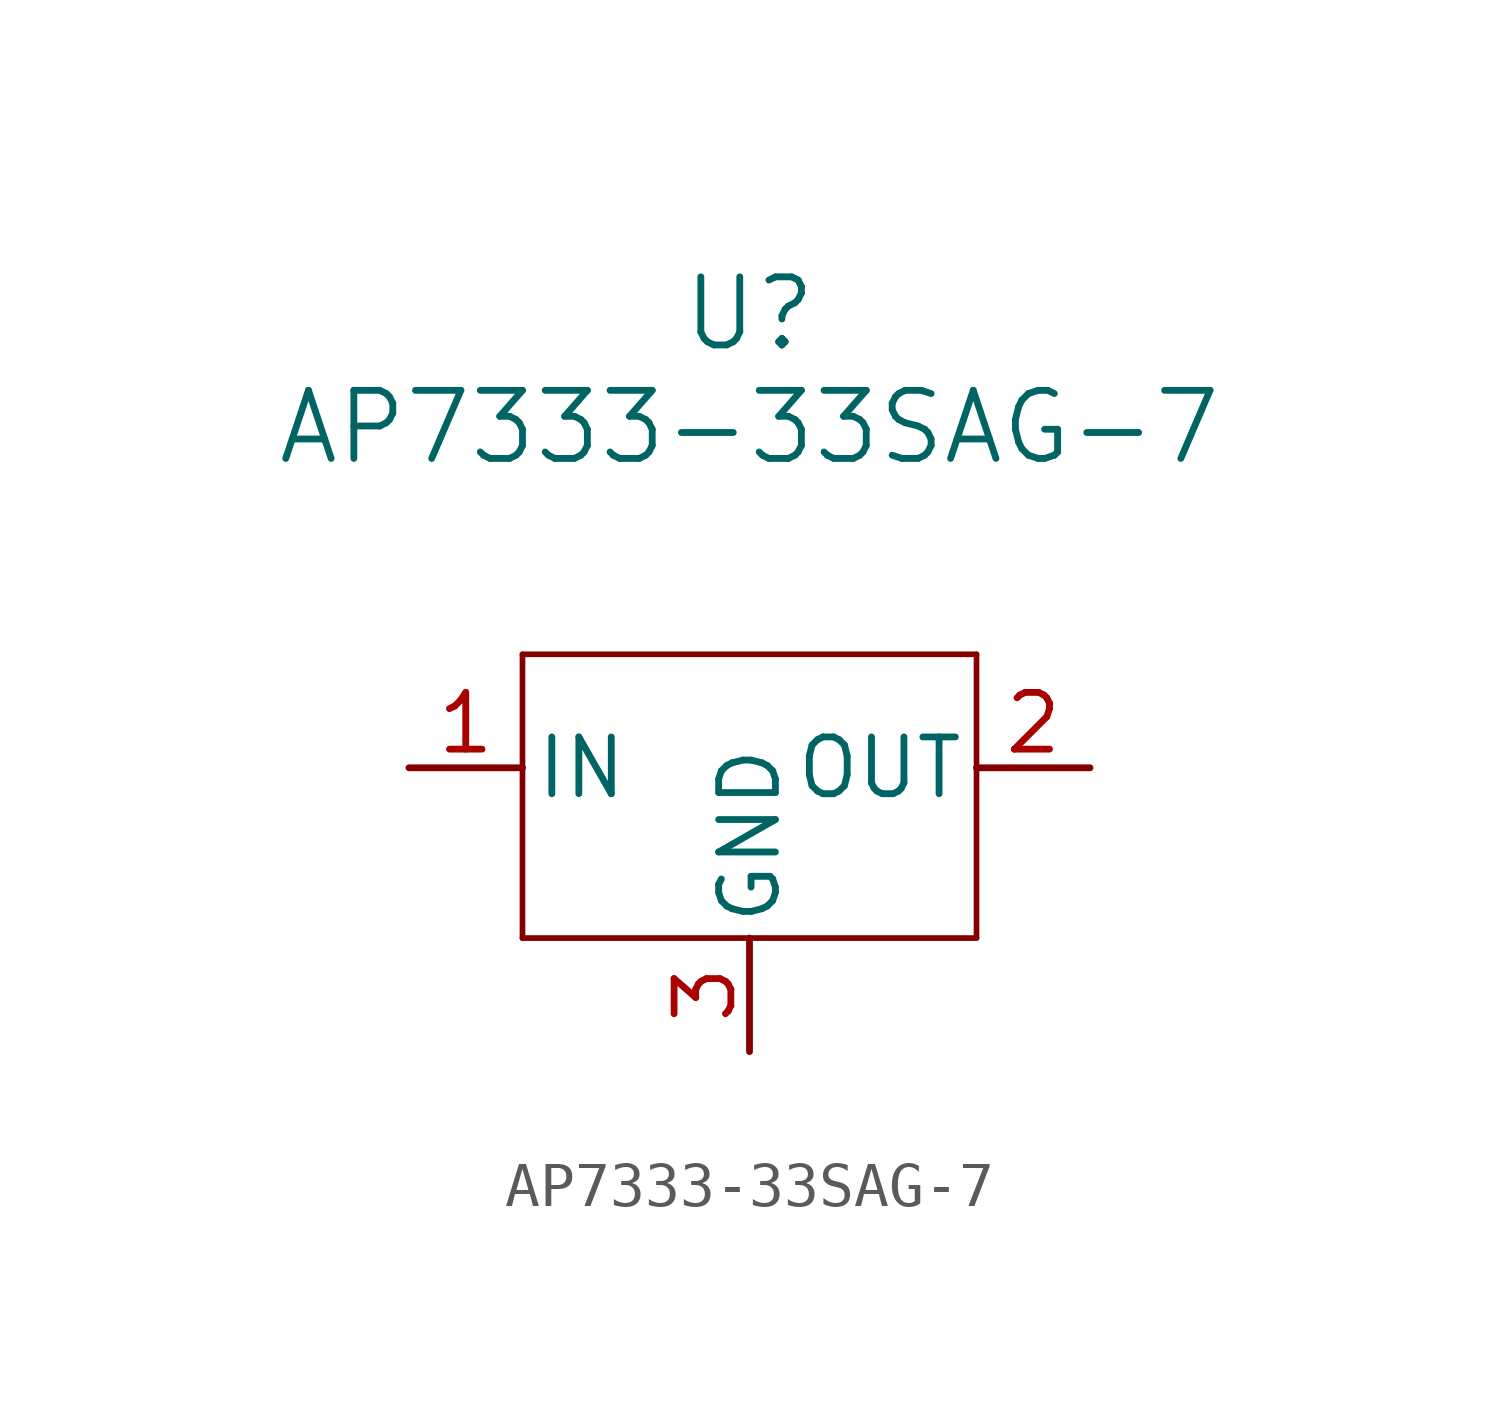
<source format=kicad_sym>
(kicad_symbol_lib
  (version 20220914)
  (generator kicad_symbol_editor)
  (symbol "AP7333-33SAG-7"
    (pin_names
      (offset 0.254))
    (property "Reference" "U"
      (at 12.7 10.16 0)
      (effects (font (size 1.524 1.524))))
    (property "Value" "AP7333-33SAG-7"
      (at 12.7 7.62 0)
      (effects (font (size 1.524 1.524))))
    (property "ki_locked" ""
      (at 0 0 0)
      (effects (font (size 1.27 1.27))))
    (symbol "AP7333-33SAG-7_0_1"
      (polyline (pts (xy 7.62 -3.81) (xy 17.78 -3.81)) (stroke (width 0.127) (type default)) (fill (type none)))
      (polyline (pts (xy 7.62 2.54) (xy 7.62 -3.81)) (stroke (width 0.127) (type default)) (fill (type none)))
      (polyline (pts (xy 17.78 -3.81) (xy 17.78 2.54)) (stroke (width 0.127) (type default)) (fill (type none)))
      (polyline (pts (xy 17.78 2.54) (xy 7.62 2.54)) (stroke (width 0.127) (type default)) (fill (type none))))
    (symbol "AP7333-33SAG-7_1_1"
      (pin input line (at 5.08 0 0) (length 2.54) (name "IN" (effects (font (size 1.27 1.27)))) (number "1" (effects (font (size 1.27 1.27)))))
      (pin output line (at 20.32 0 180) (length 2.54) (name "OUT" (effects (font (size 1.27 1.27)))) (number "2" (effects (font (size 1.27 1.27)))))
      (pin power_in line (at 12.7 -6.35 90) (length 2.54) (name "GND" (effects (font (size 1.27 1.27)))) (number "3" (effects (font (size 1.27 1.27))))))))
</source>
